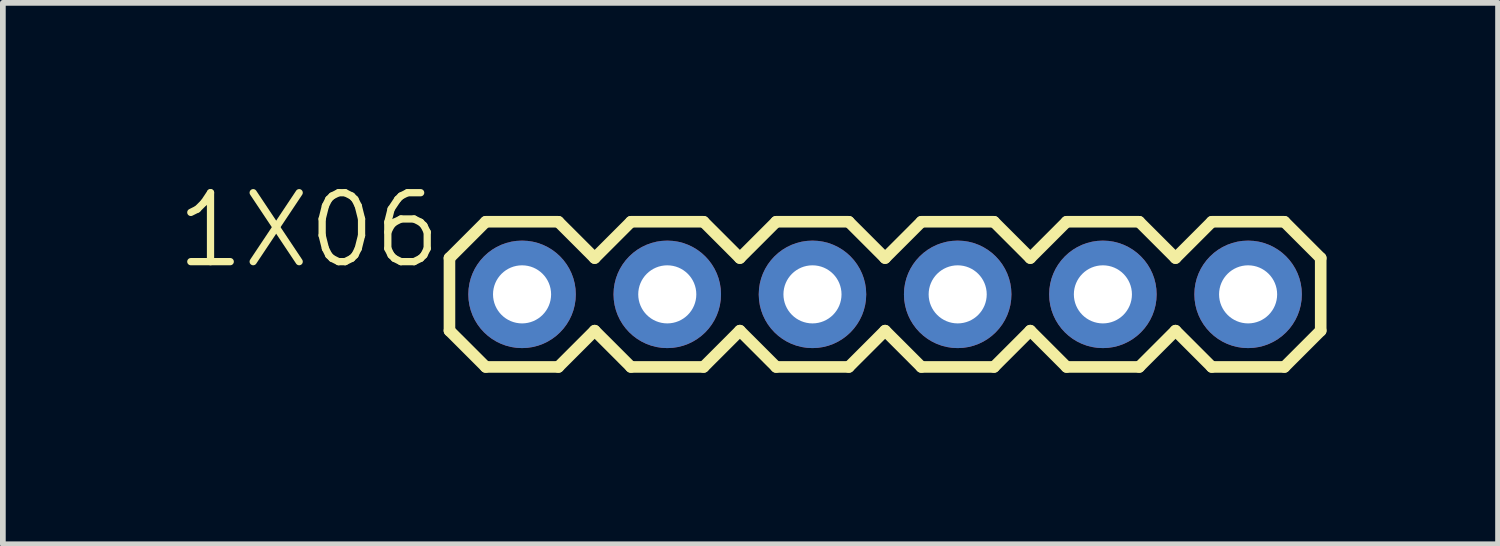
<source format=kicad_pcb>
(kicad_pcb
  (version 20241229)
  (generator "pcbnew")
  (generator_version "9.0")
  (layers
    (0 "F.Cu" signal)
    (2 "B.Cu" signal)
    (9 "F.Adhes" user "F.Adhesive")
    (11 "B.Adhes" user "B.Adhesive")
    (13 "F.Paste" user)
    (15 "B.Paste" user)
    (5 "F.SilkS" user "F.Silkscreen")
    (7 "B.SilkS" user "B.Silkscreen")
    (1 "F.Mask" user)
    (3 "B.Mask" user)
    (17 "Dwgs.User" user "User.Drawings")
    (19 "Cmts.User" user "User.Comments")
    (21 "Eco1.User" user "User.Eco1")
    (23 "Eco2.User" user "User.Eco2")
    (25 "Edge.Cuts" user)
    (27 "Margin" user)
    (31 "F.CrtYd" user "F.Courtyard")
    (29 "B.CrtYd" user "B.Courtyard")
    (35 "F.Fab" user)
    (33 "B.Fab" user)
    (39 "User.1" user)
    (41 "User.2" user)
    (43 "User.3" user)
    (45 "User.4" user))
  (footprint "1X06"
    (layer "F.Cu")
    (at 6.082 2.099)
    (property "Reference" "1X06" (at -1.346 -1.829 0) (layer "F.SilkS") (effects (font (size 1.206 1.206) (thickness 0.127)) (justify right top)))
    (attr through_hole)
    (fp_line (start -1.27 -0.635) (end -1.27 0.635) (stroke (width 0.203) (type solid)) (layer "F.SilkS"))
    (fp_line (start -1.27 0.635) (end -0.635 1.27) (stroke (width 0.203) (type solid)) (layer "F.SilkS"))
    (fp_line (start -0.635 -1.27) (end -1.27 -0.635) (stroke (width 0.203) (type solid)) (layer "F.SilkS"))
    (fp_line (start -0.635 -1.27) (end 0.635 -1.27) (stroke (width 0.203) (type solid)) (layer "F.SilkS"))
    (fp_line (start 0.635 -1.27) (end 1.27 -0.635) (stroke (width 0.203) (type solid)) (layer "F.SilkS"))
    (fp_line (start 0.635 1.27) (end -0.635 1.27) (stroke (width 0.203) (type solid)) (layer "F.SilkS"))
    (fp_line (start 1.27 -0.635) (end 1.905 -1.27) (stroke (width 0.203) (type solid)) (layer "F.SilkS"))
    (fp_line (start 1.27 0.635) (end 0.635 1.27) (stroke (width 0.203) (type solid)) (layer "F.SilkS"))
    (fp_line (start 1.905 -1.27) (end 3.175 -1.27) (stroke (width 0.203) (type solid)) (layer "F.SilkS"))
    (fp_line (start 1.905 1.27) (end 1.27 0.635) (stroke (width 0.203) (type solid)) (layer "F.SilkS"))
    (fp_line (start 3.175 -1.27) (end 3.81 -0.635) (stroke (width 0.203) (type solid)) (layer "F.SilkS"))
    (fp_line (start 3.175 1.27) (end 1.905 1.27) (stroke (width 0.203) (type solid)) (layer "F.SilkS"))
    (fp_line (start 3.81 -0.635) (end 4.445 -1.27) (stroke (width 0.203) (type solid)) (layer "F.SilkS"))
    (fp_line (start 3.81 0.635) (end 3.175 1.27) (stroke (width 0.203) (type solid)) (layer "F.SilkS"))
    (fp_line (start 4.445 -1.27) (end 5.715 -1.27) (stroke (width 0.203) (type solid)) (layer "F.SilkS"))
    (fp_line (start 4.445 1.27) (end 3.81 0.635) (stroke (width 0.203) (type solid)) (layer "F.SilkS"))
    (fp_line (start 5.715 -1.27) (end 6.35 -0.635) (stroke (width 0.203) (type solid)) (layer "F.SilkS"))
    (fp_line (start 5.715 1.27) (end 4.445 1.27) (stroke (width 0.203) (type solid)) (layer "F.SilkS"))
    (fp_line (start 6.35 0.635) (end 5.715 1.27) (stroke (width 0.203) (type solid)) (layer "F.SilkS"))
    (fp_line (start 6.35 0.635) (end 6.985 1.27) (stroke (width 0.203) (type solid)) (layer "F.SilkS"))
    (fp_line (start 6.985 -1.27) (end 6.35 -0.635) (stroke (width 0.203) (type solid)) (layer "F.SilkS"))
    (fp_line (start 6.985 -1.27) (end 8.255 -1.27) (stroke (width 0.203) (type solid)) (layer "F.SilkS"))
    (fp_line (start 8.255 -1.27) (end 8.89 -0.635) (stroke (width 0.203) (type solid)) (layer "F.SilkS"))
    (fp_line (start 8.255 1.27) (end 6.985 1.27) (stroke (width 0.203) (type solid)) (layer "F.SilkS"))
    (fp_line (start 8.89 -0.635) (end 9.525 -1.27) (stroke (width 0.203) (type solid)) (layer "F.SilkS"))
    (fp_line (start 8.89 0.635) (end 8.255 1.27) (stroke (width 0.203) (type solid)) (layer "F.SilkS"))
    (fp_line (start 9.525 -1.27) (end 10.795 -1.27) (stroke (width 0.203) (type solid)) (layer "F.SilkS"))
    (fp_line (start 9.525 1.27) (end 8.89 0.635) (stroke (width 0.203) (type solid)) (layer "F.SilkS"))
    (fp_line (start 10.795 -1.27) (end 11.43 -0.635) (stroke (width 0.203) (type solid)) (layer "F.SilkS"))
    (fp_line (start 10.795 1.27) (end 9.525 1.27) (stroke (width 0.203) (type solid)) (layer "F.SilkS"))
    (fp_line (start 11.43 -0.635) (end 12.065 -1.27) (stroke (width 0.203) (type solid)) (layer "F.SilkS"))
    (fp_line (start 11.43 0.635) (end 10.795 1.27) (stroke (width 0.203) (type solid)) (layer "F.SilkS"))
    (fp_line (start 12.065 -1.27) (end 13.335 -1.27) (stroke (width 0.203) (type solid)) (layer "F.SilkS"))
    (fp_line (start 12.065 1.27) (end 11.43 0.635) (stroke (width 0.203) (type solid)) (layer "F.SilkS"))
    (fp_line (start 13.335 -1.27) (end 13.97 -0.635) (stroke (width 0.203) (type solid)) (layer "F.SilkS"))
    (fp_line (start 13.335 1.27) (end 12.065 1.27) (stroke (width 0.203) (type solid)) (layer "F.SilkS"))
    (fp_line (start 13.97 -0.635) (end 13.97 0.635) (stroke (width 0.203) (type solid)) (layer "F.SilkS"))
    (fp_line (start 13.97 0.635) (end 13.335 1.27) (stroke (width 0.203) (type solid)) (layer "F.SilkS"))
    (fp_poly (pts (xy -0.254 0.254) (xy 0.254 0.254) (xy 0.254 -0.254) (xy -0.254 -0.254)) (stroke (width 0.1) (type solid)) (fill no) (layer "F.Fab"))
    (fp_poly (pts (xy 2.286 0.254) (xy 2.794 0.254) (xy 2.794 -0.254) (xy 2.286 -0.254)) (stroke (width 0.1) (type solid)) (fill no) (layer "F.Fab"))
    (fp_poly (pts (xy 4.826 0.254) (xy 5.334 0.254) (xy 5.334 -0.254) (xy 4.826 -0.254)) (stroke (width 0.1) (type solid)) (fill no) (layer "F.Fab"))
    (fp_poly (pts (xy 7.366 0.254) (xy 7.874 0.254) (xy 7.874 -0.254) (xy 7.366 -0.254)) (stroke (width 0.1) (type solid)) (fill no) (layer "F.Fab"))
    (fp_poly (pts (xy 9.906 0.254) (xy 10.414 0.254) (xy 10.414 -0.254) (xy 9.906 -0.254)) (stroke (width 0.1) (type solid)) (fill no) (layer "F.Fab"))
    (fp_poly (pts (xy 12.446 0.254) (xy 12.954 0.254) (xy 12.954 -0.254) (xy 12.446 -0.254)) (stroke (width 0.1) (type solid)) (fill no) (layer "F.Fab"))
    (pad "1" thru_hole circle (at 0 0 90) (size 1.88 1.88) (drill 1.016) (layers "*.Cu" "*.Mask"))
    (pad "2" thru_hole circle (at 2.54 0 90) (size 1.88 1.88) (drill 1.016) (layers "*.Cu" "*.Mask"))
    (pad "3" thru_hole circle (at 5.08 0 90) (size 1.88 1.88) (drill 1.016) (layers "*.Cu" "*.Mask"))
    (pad "4" thru_hole circle (at 7.62 0 90) (size 1.88 1.88) (drill 1.016) (layers "*.Cu" "*.Mask"))
    (pad "5" thru_hole circle (at 10.16 0 90) (size 1.88 1.88) (drill 1.016) (layers "*.Cu" "*.Mask"))
    (pad "6" thru_hole circle (at 12.7 0 90) (size 1.88 1.88) (drill 1.016) (layers "*.Cu" "*.Mask")))
  (gr_rect
    (start -3 -3)
    (end 23.154 6.47)
    (stroke (width 0.1) (type default))
    (fill no)
    (layer "Edge.Cuts")))
</source>
